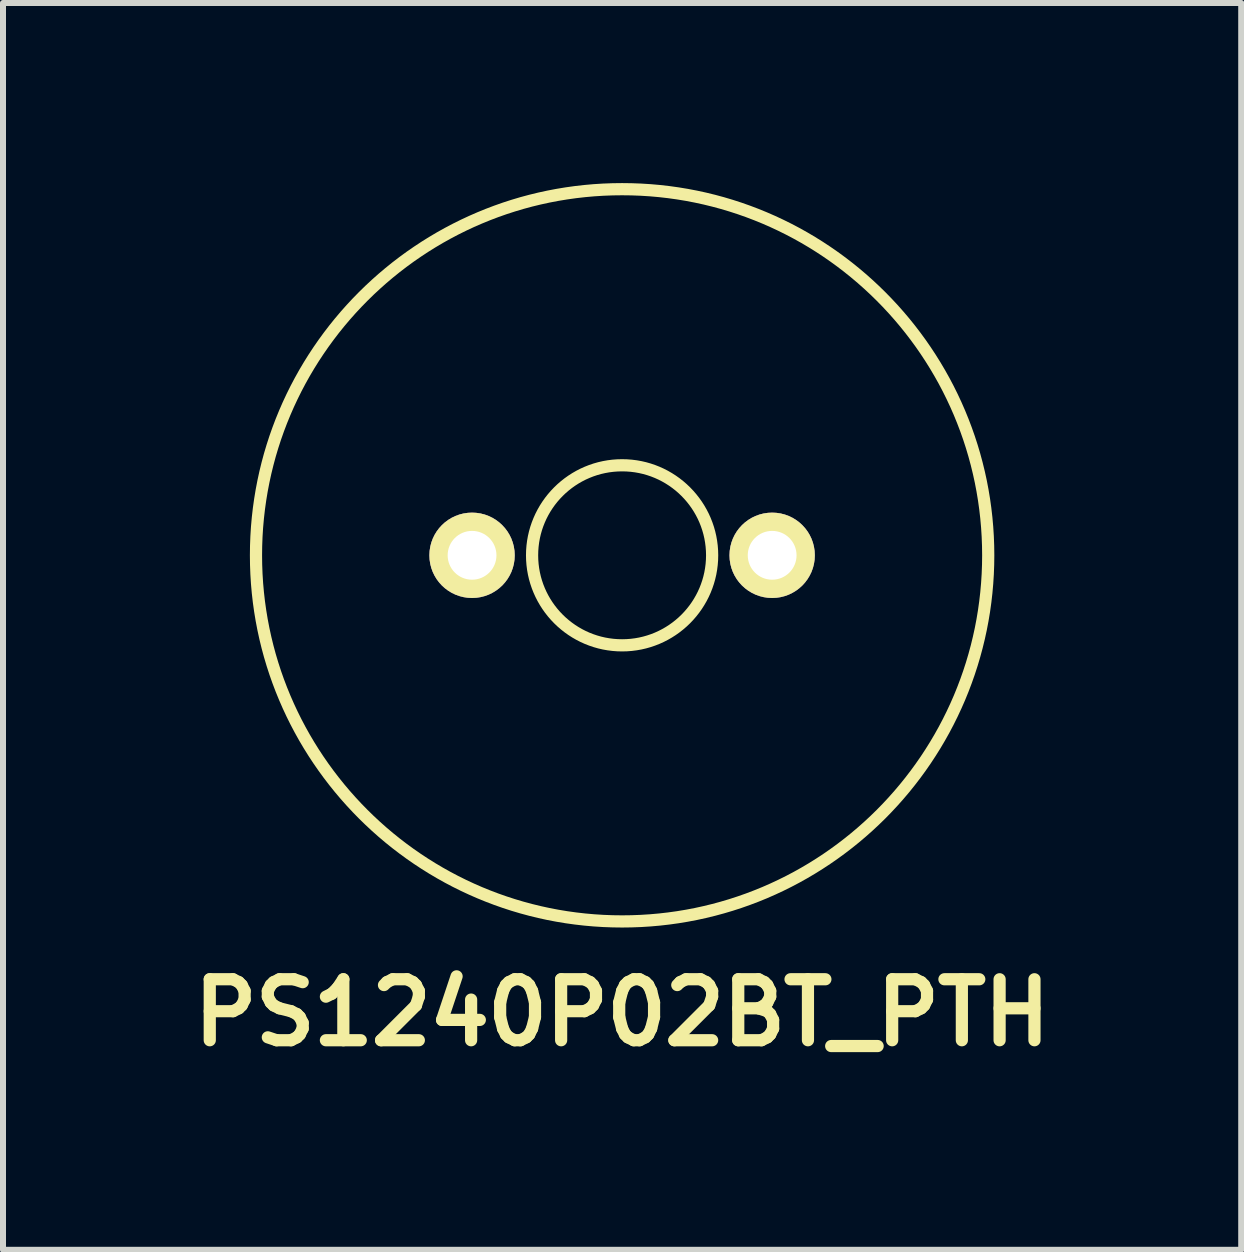
<source format=kicad_pcb>
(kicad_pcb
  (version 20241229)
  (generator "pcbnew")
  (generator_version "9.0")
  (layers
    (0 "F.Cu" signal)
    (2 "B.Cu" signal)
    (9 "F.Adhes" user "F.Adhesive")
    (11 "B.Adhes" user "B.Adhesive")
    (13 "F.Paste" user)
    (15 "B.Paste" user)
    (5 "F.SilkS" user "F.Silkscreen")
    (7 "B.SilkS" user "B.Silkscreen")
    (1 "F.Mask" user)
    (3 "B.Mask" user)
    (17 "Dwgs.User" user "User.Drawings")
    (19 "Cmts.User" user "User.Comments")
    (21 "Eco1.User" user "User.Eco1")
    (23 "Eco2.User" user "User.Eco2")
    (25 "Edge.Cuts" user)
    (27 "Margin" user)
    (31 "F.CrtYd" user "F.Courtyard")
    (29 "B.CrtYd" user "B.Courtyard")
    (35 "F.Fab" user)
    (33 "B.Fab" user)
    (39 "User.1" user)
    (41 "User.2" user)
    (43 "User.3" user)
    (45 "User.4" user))
  (footprint "PS1240P02BT_PTH"
    (layer "F.Cu")
    (at 7.315 6.202)
    (property "Reference" "PS1240P02BT_PTH" (at 0 7.62 0) (layer "F.SilkS") (effects (font (size 1.016 1.016) (thickness 0.203))))
    (attr through_hole)
    (fp_circle (center 0 0) (end 1.5 0) (stroke (width 0.203) (type solid)) (fill no) (layer "F.SilkS"))
    (fp_circle (center 0 0) (end 6.1 0) (stroke (width 0.203) (type solid)) (fill no) (layer "F.SilkS"))
    (pad "1" thru_hole circle (at -2.5 0) (size 1.422 1.422) (drill 0.813) (layers "*.Cu" "*.Mask" "F.SilkS"))
    (pad "2" thru_hole circle (at 2.5 0) (size 1.422 1.422) (drill 0.813) (layers "*.Cu" "*.Mask" "F.SilkS")))
  (gr_rect
    (start -3 -3)
    (end 17.63 17.773)
    (stroke (width 0.1) (type default))
    (fill no)
    (layer "Edge.Cuts")))
</source>
